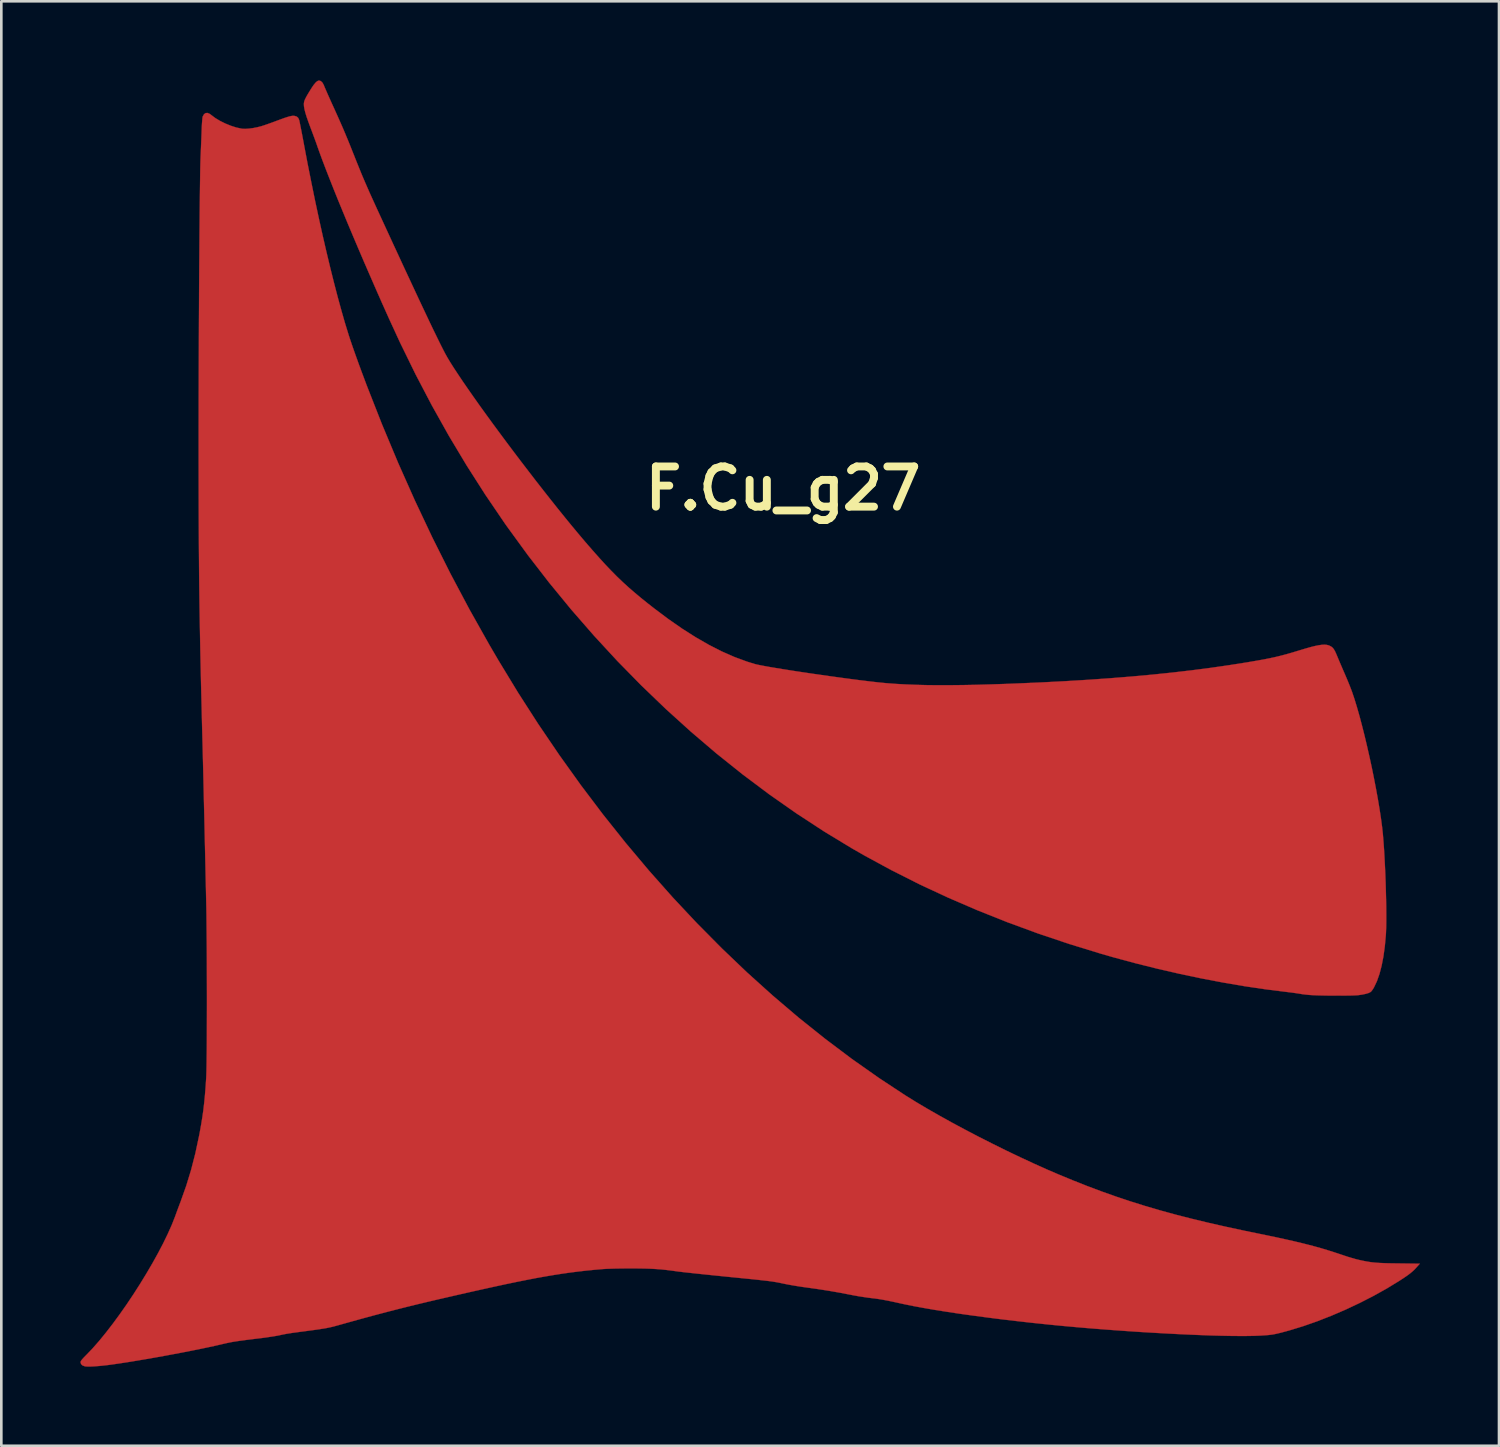
<source format=kicad_pcb>
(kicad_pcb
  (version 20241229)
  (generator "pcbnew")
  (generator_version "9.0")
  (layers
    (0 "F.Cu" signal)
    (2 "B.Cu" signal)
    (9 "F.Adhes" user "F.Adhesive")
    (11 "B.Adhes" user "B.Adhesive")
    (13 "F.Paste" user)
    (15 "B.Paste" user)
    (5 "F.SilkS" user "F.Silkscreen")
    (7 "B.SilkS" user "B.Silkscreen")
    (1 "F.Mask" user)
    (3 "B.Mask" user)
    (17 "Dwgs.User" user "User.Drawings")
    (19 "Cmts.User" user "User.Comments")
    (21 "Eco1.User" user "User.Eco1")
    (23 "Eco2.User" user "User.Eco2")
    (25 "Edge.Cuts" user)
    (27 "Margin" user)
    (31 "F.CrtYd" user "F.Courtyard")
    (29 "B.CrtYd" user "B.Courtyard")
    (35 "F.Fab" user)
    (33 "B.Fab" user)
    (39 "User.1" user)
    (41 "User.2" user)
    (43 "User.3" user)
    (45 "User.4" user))
  (footprint "F.Cu_g27"
    (layer "F.Cu")
    (at 26.654 15.478)
    (property "Reference" "F.Cu_g27" (at 0 0 0) (layer "F.SilkS") (effects (font (size 1.524 1.524) (thickness 0.3))))
    (attr through_hole)
    (fp_poly (pts (xy -17.534 -15.452) (xy -17.473 -15.394) (xy -17.422 -15.301) (xy -17.41 -15.271) (xy -17.392 -15.225) (xy -17.358 -15.146) (xy -17.312 -15.041) (xy -17.257 -14.915) (xy -17.194 -14.774) (xy -17.126 -14.624) (xy -17.109 -14.586) (xy -16.988 -14.32) (xy -16.882 -14.084) (xy -16.788 -13.872) (xy -16.702 -13.676) (xy -16.622 -13.488) (xy -16.544 -13.301) (xy -16.464 -13.107) (xy -16.381 -12.9) (xy -16.29 -12.671) (xy -16.288 -12.668) (xy -16.213 -12.477) (xy -16.143 -12.304) (xy -16.078 -12.143) (xy -16.017 -11.992) (xy -15.956 -11.845) (xy -15.894 -11.7) (xy -15.83 -11.551) (xy -15.762 -11.396) (xy -15.689 -11.229) (xy -15.607 -11.048) (xy -15.516 -10.848) (xy -15.414 -10.624) (xy -15.299 -10.374) (xy -15.169 -10.092) (xy -15.049 -9.832) (xy -14.805 -9.303) (xy -14.577 -8.811) (xy -14.366 -8.354) (xy -14.169 -7.933) (xy -13.988 -7.544) (xy -13.821 -7.187) (xy -13.667 -6.86) (xy -13.526 -6.562) (xy -13.398 -6.291) (xy -13.281 -6.047) (xy -13.174 -5.827) (xy -13.078 -5.631) (xy -12.992 -5.456) (xy -12.914 -5.302) (xy -12.845 -5.168) (xy -12.821 -5.122) (xy -12.734 -4.966) (xy -12.622 -4.779) (xy -12.486 -4.565) (xy -12.328 -4.325) (xy -12.151 -4.061) (xy -11.955 -3.777) (xy -11.743 -3.473) (xy -11.517 -3.154) (xy -11.277 -2.821) (xy -11.026 -2.476) (xy -10.765 -2.122) (xy -10.497 -1.761) (xy -10.223 -1.396) (xy -9.944 -1.028) (xy -9.663 -0.661) (xy -9.382 -0.296) (xy -9.101 0.064) (xy -8.823 0.417) (xy -8.549 0.761) (xy -8.282 1.092) (xy -8.023 1.409) (xy -7.773 1.71) (xy -7.535 1.992) (xy -7.477 2.059) (xy -7.212 2.364) (xy -6.967 2.64) (xy -6.737 2.892) (xy -6.517 3.123) (xy -6.302 3.34) (xy -6.086 3.547) (xy -5.866 3.748) (xy -5.635 3.948) (xy -5.39 4.153) (xy -5.124 4.367) (xy -4.903 4.54) (xy -4.36 4.948) (xy -3.831 5.316) (xy -3.314 5.645) (xy -2.81 5.934) (xy -2.319 6.184) (xy -1.839 6.395) (xy -1.371 6.567) (xy -1.073 6.659) (xy -0.984 6.681) (xy -0.855 6.707) (xy -0.693 6.738) (xy -0.499 6.773) (xy -0.278 6.81) (xy -0.033 6.85) (xy 0.231 6.892) (xy 0.512 6.936) (xy 0.806 6.98) (xy 1.108 7.025) (xy 1.416 7.069) (xy 1.725 7.113) (xy 2.033 7.156) (xy 2.334 7.197) (xy 2.626 7.236) (xy 2.905 7.272) (xy 3.168 7.304) (xy 3.409 7.333) (xy 3.627 7.357) (xy 3.817 7.376) (xy 3.926 7.386) (xy 4.27 7.412) (xy 4.632 7.432) (xy 5.016 7.447) (xy 5.423 7.458) (xy 5.857 7.463) (xy 6.32 7.462) (xy 6.813 7.457) (xy 7.34 7.447) (xy 7.903 7.431) (xy 8.504 7.411) (xy 8.858 7.397) (xy 9.805 7.356) (xy 10.712 7.309) (xy 11.583 7.256) (xy 12.421 7.197) (xy 13.227 7.132) (xy 14.006 7.061) (xy 14.759 6.983) (xy 15.49 6.898) (xy 16.201 6.806) (xy 16.895 6.706) (xy 17.576 6.599) (xy 17.979 6.53) (xy 18.235 6.484) (xy 18.462 6.439) (xy 18.674 6.393) (xy 18.88 6.343) (xy 19.092 6.287) (xy 19.323 6.22) (xy 19.558 6.149) (xy 19.796 6.077) (xy 19.999 6.019) (xy 20.17 5.976) (xy 20.314 5.947) (xy 20.434 5.93) (xy 20.534 5.925) (xy 20.619 5.932) (xy 20.692 5.95) (xy 20.733 5.967) (xy 20.793 5.999) (xy 20.843 6.039) (xy 20.887 6.093) (xy 20.931 6.168) (xy 20.979 6.272) (xy 21.022 6.374) (xy 21.065 6.478) (xy 21.121 6.61) (xy 21.184 6.757) (xy 21.249 6.908) (xy 21.31 7.048) (xy 21.372 7.193) (xy 21.435 7.344) (xy 21.495 7.492) (xy 21.546 7.624) (xy 21.584 7.726) (xy 21.673 7.991) (xy 21.765 8.292) (xy 21.86 8.625) (xy 21.955 8.984) (xy 22.051 9.363) (xy 22.145 9.758) (xy 22.237 10.163) (xy 22.326 10.572) (xy 22.409 10.981) (xy 22.487 11.383) (xy 22.558 11.774) (xy 22.621 12.148) (xy 22.675 12.5) (xy 22.718 12.824) (xy 22.75 13.115) (xy 22.753 13.155) (xy 22.774 13.413) (xy 22.794 13.694) (xy 22.811 13.992) (xy 22.827 14.304) (xy 22.842 14.623) (xy 22.854 14.944) (xy 22.863 15.263) (xy 22.871 15.573) (xy 22.876 15.871) (xy 22.878 16.151) (xy 22.878 16.408) (xy 22.875 16.636) (xy 22.868 16.831) (xy 22.862 16.944) (xy 22.823 17.366) (xy 22.77 17.753) (xy 22.702 18.103) (xy 22.62 18.416) (xy 22.523 18.691) (xy 22.411 18.926) (xy 22.407 18.934) (xy 22.363 19.005) (xy 22.318 19.065) (xy 22.286 19.097) (xy 22.213 19.135) (xy 22.102 19.169) (xy 21.956 19.199) (xy 21.823 19.218) (xy 21.75 19.224) (xy 21.641 19.229) (xy 21.503 19.233) (xy 21.341 19.235) (xy 21.164 19.237) (xy 20.976 19.237) (xy 20.785 19.236) (xy 20.597 19.234) (xy 20.418 19.23) (xy 20.256 19.226) (xy 20.115 19.22) (xy 20.066 19.218) (xy 19.941 19.209) (xy 19.813 19.196) (xy 19.698 19.182) (xy 19.611 19.168) (xy 19.533 19.155) (xy 19.424 19.139) (xy 19.295 19.121) (xy 19.156 19.104) (xy 19.05 19.091) (xy 18.291 18.996) (xy 17.503 18.879) (xy 16.693 18.741) (xy 15.867 18.584) (xy 15.031 18.408) (xy 14.192 18.215) (xy 13.356 18.006) (xy 12.53 17.783) (xy 12.065 17.65) (xy 10.855 17.278) (xy 9.666 16.878) (xy 8.5 16.45) (xy 7.359 15.995) (xy 6.245 15.514) (xy 5.16 15.008) (xy 4.107 14.477) (xy 3.086 13.923) (xy 2.603 13.646) (xy 1.547 13.005) (xy 0.505 12.324) (xy -0.522 11.605) (xy -1.531 10.849) (xy -2.522 10.057) (xy -3.493 9.229) (xy -4.445 8.368) (xy -5.376 7.473) (xy -6.285 6.546) (xy -7.17 5.587) (xy -8.032 4.598) (xy -8.868 3.58) (xy -9.678 2.533) (xy -10.46 1.459) (xy -10.559 1.319) (xy -11.296 0.235) (xy -12.001 -0.869) (xy -12.676 -1.995) (xy -13.322 -3.148) (xy -13.94 -4.328) (xy -14.532 -5.539) (xy -14.969 -6.488) (xy -15.206 -7.018) (xy -15.439 -7.546) (xy -15.667 -8.069) (xy -15.891 -8.584) (xy -16.107 -9.089) (xy -16.316 -9.581) (xy -16.517 -10.059) (xy -16.707 -10.518) (xy -16.888 -10.958) (xy -17.056 -11.375) (xy -17.211 -11.767) (xy -17.353 -12.131) (xy -17.48 -12.465) (xy -17.591 -12.767) (xy -17.685 -13.033) (xy -17.705 -13.092) (xy -17.731 -13.163) (xy -17.768 -13.265) (xy -17.814 -13.389) (xy -17.865 -13.526) (xy -17.918 -13.667) (xy -17.931 -13.7) (xy -18.012 -13.92) (xy -18.077 -14.106) (xy -18.124 -14.262) (xy -18.156 -14.392) (xy -18.174 -14.499) (xy -18.178 -14.587) (xy -18.175 -14.62) (xy -18.167 -14.669) (xy -18.151 -14.722) (xy -18.122 -14.786) (xy -18.079 -14.869) (xy -18.017 -14.976) (xy -17.98 -15.038) (xy -17.886 -15.189) (xy -17.808 -15.304) (xy -17.741 -15.387) (xy -17.683 -15.44) (xy -17.632 -15.468) (xy -17.598 -15.473) (xy -17.534 -15.452)) (stroke (width 0.01) (type solid)) (fill yes) (layer "F.Cu"))
    (fp_poly (pts (xy -21.749 -14.209) (xy -21.688 -14.163) (xy -21.538 -14.05) (xy -21.356 -13.941) (xy -21.155 -13.842) (xy -20.946 -13.757) (xy -20.74 -13.691) (xy -20.548 -13.65) (xy -20.5 -13.643) (xy -20.391 -13.64) (xy -20.254 -13.65) (xy -20.1 -13.671) (xy -19.942 -13.702) (xy -19.789 -13.741) (xy -19.778 -13.745) (xy -19.7 -13.77) (xy -19.594 -13.806) (xy -19.469 -13.85) (xy -19.336 -13.898) (xy -19.238 -13.935) (xy -19.062 -14) (xy -18.921 -14.051) (xy -18.808 -14.088) (xy -18.72 -14.114) (xy -18.65 -14.129) (xy -18.595 -14.135) (xy -18.548 -14.134) (xy -18.537 -14.133) (xy -18.451 -14.108) (xy -18.393 -14.057) (xy -18.356 -13.975) (xy -18.347 -13.937) (xy -18.332 -13.863) (xy -18.311 -13.757) (xy -18.284 -13.623) (xy -18.254 -13.468) (xy -18.221 -13.295) (xy -18.186 -13.11) (xy -18.171 -13.028) (xy -18.037 -12.321) (xy -17.898 -11.624) (xy -17.758 -10.939) (xy -17.615 -10.27) (xy -17.471 -9.619) (xy -17.326 -8.99) (xy -17.181 -8.385) (xy -17.037 -7.808) (xy -16.895 -7.261) (xy -16.754 -6.747) (xy -16.617 -6.269) (xy -16.482 -5.831) (xy -16.481 -5.827) (xy -16.426 -5.659) (xy -16.358 -5.457) (xy -16.278 -5.228) (xy -16.189 -4.977) (xy -16.093 -4.711) (xy -15.991 -4.434) (xy -15.886 -4.154) (xy -15.801 -3.926) (xy -15.214 -2.432) (xy -14.603 -0.971) (xy -13.966 0.46) (xy -13.304 1.862) (xy -12.614 3.239) (xy -11.895 4.593) (xy -11.145 5.927) (xy -10.799 6.519) (xy -10.054 7.744) (xy -9.284 8.942) (xy -8.49 10.111) (xy -7.674 11.251) (xy -6.835 12.361) (xy -5.974 13.441) (xy -5.093 14.489) (xy -4.192 15.505) (xy -3.271 16.487) (xy -2.332 17.436) (xy -1.376 18.35) (xy -0.402 19.228) (xy 0.587 20.07) (xy 1.593 20.874) (xy 2.612 21.641) (xy 3.646 22.368) (xy 4.634 23.019) (xy 5.027 23.263) (xy 5.456 23.518) (xy 5.914 23.78) (xy 6.396 24.048) (xy 6.898 24.318) (xy 7.413 24.587) (xy 7.938 24.853) (xy 8.465 25.114) (xy 8.991 25.366) (xy 9.51 25.607) (xy 10.016 25.834) (xy 10.437 26.015) (xy 10.991 26.244) (xy 11.537 26.46) (xy 12.08 26.664) (xy 12.624 26.857) (xy 13.173 27.04) (xy 13.731 27.215) (xy 14.304 27.383) (xy 14.894 27.545) (xy 15.507 27.702) (xy 16.147 27.856) (xy 16.818 28.008) (xy 17.525 28.16) (xy 17.949 28.247) (xy 18.357 28.331) (xy 18.728 28.409) (xy 19.066 28.483) (xy 19.376 28.553) (xy 19.662 28.621) (xy 19.928 28.688) (xy 20.181 28.755) (xy 20.423 28.823) (xy 20.659 28.894) (xy 20.894 28.968) (xy 21.133 29.047) (xy 21.294 29.101) (xy 21.427 29.145) (xy 21.573 29.189) (xy 21.714 29.229) (xy 21.834 29.259) (xy 21.848 29.262) (xy 21.986 29.292) (xy 22.109 29.316) (xy 22.224 29.336) (xy 22.338 29.352) (xy 22.456 29.364) (xy 22.585 29.374) (xy 22.731 29.381) (xy 22.9 29.387) (xy 23.099 29.391) (xy 23.334 29.394) (xy 23.341 29.394) (xy 24.15 29.405) (xy 24.018 29.553) (xy 23.945 29.631) (xy 23.865 29.705) (xy 23.774 29.78) (xy 23.665 29.861) (xy 23.531 29.952) (xy 23.368 30.058) (xy 22.897 30.346) (xy 22.397 30.625) (xy 21.877 30.891) (xy 21.343 31.143) (xy 20.802 31.376) (xy 20.261 31.588) (xy 19.729 31.774) (xy 19.211 31.933) (xy 18.912 32.014) (xy 18.786 32.045) (xy 18.682 32.069) (xy 18.588 32.087) (xy 18.495 32.101) (xy 18.391 32.112) (xy 18.268 32.121) (xy 18.113 32.131) (xy 18.098 32.132) (xy 17.876 32.141) (xy 17.616 32.146) (xy 17.319 32.147) (xy 16.99 32.144) (xy 16.631 32.137) (xy 16.244 32.127) (xy 15.834 32.112) (xy 15.402 32.094) (xy 14.953 32.073) (xy 14.489 32.049) (xy 14.013 32.022) (xy 13.528 31.993) (xy 13.037 31.96) (xy 12.543 31.925) (xy 12.049 31.888) (xy 11.559 31.849) (xy 11.075 31.807) (xy 10.6 31.764) (xy 10.137 31.719) (xy 10.012 31.706) (xy 9.417 31.644) (xy 8.834 31.578) (xy 8.265 31.511) (xy 7.714 31.441) (xy 7.182 31.37) (xy 6.674 31.299) (xy 6.193 31.226) (xy 5.74 31.154) (xy 5.319 31.081) (xy 4.934 31.01) (xy 4.586 30.939) (xy 4.424 30.904) (xy 4.184 30.851) (xy 3.978 30.808) (xy 3.798 30.774) (xy 3.636 30.747) (xy 3.485 30.725) (xy 3.376 30.713) (xy 3.224 30.694) (xy 3.047 30.668) (xy 2.861 30.639) (xy 2.684 30.607) (xy 2.575 30.586) (xy 2.137 30.502) (xy 1.706 30.427) (xy 1.264 30.359) (xy 0.91 30.31) (xy 0.743 30.287) (xy 0.566 30.26) (xy 0.391 30.231) (xy 0.231 30.203) (xy 0.097 30.177) (xy 0.074 30.173) (xy -0.015 30.154) (xy -0.095 30.137) (xy -0.169 30.122) (xy -0.242 30.108) (xy -0.316 30.096) (xy -0.395 30.083) (xy -0.482 30.071) (xy -0.581 30.058) (xy -0.695 30.045) (xy -0.828 30.03) (xy -0.983 30.013) (xy -1.164 29.994) (xy -1.374 29.973) (xy -1.616 29.949) (xy -1.895 29.921) (xy -2.127 29.898) (xy -2.391 29.871) (xy -2.649 29.845) (xy -2.898 29.819) (xy -3.132 29.795) (xy -3.348 29.772) (xy -3.543 29.751) (xy -3.711 29.733) (xy -3.849 29.717) (xy -3.952 29.705) (xy -4.011 29.697) (xy -4.235 29.666) (xy -4.438 29.641) (xy -4.631 29.621) (xy -4.821 29.607) (xy -5.017 29.596) (xy -5.229 29.589) (xy -5.464 29.585) (xy -5.731 29.583) (xy -5.768 29.583) (xy -5.967 29.584) (xy -6.165 29.586) (xy -6.356 29.589) (xy -6.53 29.594) (xy -6.681 29.599) (xy -6.801 29.606) (xy -6.847 29.609) (xy -7.155 29.636) (xy -7.457 29.666) (xy -7.756 29.7) (xy -8.057 29.738) (xy -8.362 29.781) (xy -8.676 29.83) (xy -9.003 29.885) (xy -9.346 29.946) (xy -9.708 30.016) (xy -10.094 30.093) (xy -10.507 30.179) (xy -10.951 30.275) (xy -11.43 30.381) (xy -11.781 30.459) (xy -12.261 30.568) (xy -12.704 30.67) (xy -13.117 30.765) (xy -13.504 30.856) (xy -13.871 30.944) (xy -14.223 31.03) (xy -14.565 31.116) (xy -14.902 31.202) (xy -15.241 31.291) (xy -15.585 31.382) (xy -15.941 31.479) (xy -16.314 31.582) (xy -16.708 31.692) (xy -16.912 31.749) (xy -17.017 31.778) (xy -17.116 31.803) (xy -17.216 31.825) (xy -17.322 31.847) (xy -17.442 31.867) (xy -17.58 31.889) (xy -17.744 31.913) (xy -17.939 31.939) (xy -18.108 31.962) (xy -18.307 31.988) (xy -18.47 32.01) (xy -18.604 32.028) (xy -18.715 32.045) (xy -18.809 32.06) (xy -18.892 32.075) (xy -18.972 32.09) (xy -19.053 32.108) (xy -19.113 32.121) (xy -19.199 32.138) (xy -19.318 32.158) (xy -19.46 32.18) (xy -19.616 32.203) (xy -19.777 32.225) (xy -19.865 32.235) (xy -20.101 32.264) (xy -20.301 32.289) (xy -20.47 32.311) (xy -20.612 32.33) (xy -20.734 32.348) (xy -20.842 32.365) (xy -20.939 32.382) (xy -21.033 32.401) (xy -21.127 32.421) (xy -21.228 32.444) (xy -21.303 32.462) (xy -21.546 32.518) (xy -21.819 32.577) (xy -22.118 32.64) (xy -22.438 32.704) (xy -22.774 32.77) (xy -23.119 32.835) (xy -23.468 32.9) (xy -23.817 32.963) (xy -24.16 33.023) (xy -24.491 33.079) (xy -24.806 33.131) (xy -25.098 33.176) (xy -25.363 33.215) (xy -25.596 33.247) (xy -25.718 33.261) (xy -25.905 33.281) (xy -26.078 33.295) (xy -26.23 33.304) (xy -26.355 33.306) (xy -26.448 33.302) (xy -26.485 33.297) (xy -26.573 33.265) (xy -26.629 33.212) (xy -26.649 33.144) (xy -26.643 33.114) (xy -26.623 33.077) (xy -26.584 33.028) (xy -26.523 32.961) (xy -26.435 32.871) (xy -26.42 32.856) (xy -26.185 32.61) (xy -25.94 32.33) (xy -25.686 32.019) (xy -25.427 31.684) (xy -25.165 31.327) (xy -24.904 30.955) (xy -24.647 30.571) (xy -24.396 30.179) (xy -24.155 29.785) (xy -23.926 29.394) (xy -23.712 29.009) (xy -23.516 28.635) (xy -23.342 28.277) (xy -23.191 27.939) (xy -23.067 27.626) (xy -23.058 27.601) (xy -23.013 27.476) (xy -22.959 27.33) (xy -22.903 27.18) (xy -22.851 27.044) (xy -22.85 27.04) (xy -22.64 26.449) (xy -22.455 25.844) (xy -22.294 25.217) (xy -22.154 24.56) (xy -22.132 24.448) (xy -22.078 24.148) (xy -22.032 23.867) (xy -21.993 23.596) (xy -21.961 23.324) (xy -21.933 23.042) (xy -21.908 22.739) (xy -21.886 22.406) (xy -21.882 22.341) (xy -21.878 22.242) (xy -21.874 22.103) (xy -21.87 21.928) (xy -21.867 21.721) (xy -21.864 21.483) (xy -21.861 21.219) (xy -21.859 20.932) (xy -21.858 20.624) (xy -21.857 20.299) (xy -21.856 19.96) (xy -21.855 19.61) (xy -21.855 19.252) (xy -21.856 18.89) (xy -21.857 18.526) (xy -21.858 18.164) (xy -21.859 17.807) (xy -21.861 17.458) (xy -21.864 17.12) (xy -21.867 16.796) (xy -21.87 16.49) (xy -21.873 16.204) (xy -21.877 15.942) (xy -21.882 15.706) (xy -21.883 15.663) (xy -21.893 15.189) (xy -21.904 14.704) (xy -21.915 14.215) (xy -21.926 13.724) (xy -21.937 13.235) (xy -21.948 12.753) (xy -21.959 12.282) (xy -21.97 11.825) (xy -21.98 11.386) (xy -21.99 10.97) (xy -21.999 10.58) (xy -22.008 10.22) (xy -22.016 9.895) (xy -22.023 9.608) (xy -22.024 9.599) (xy -22.041 8.936) (xy -22.056 8.31) (xy -22.071 7.719) (xy -22.084 7.159) (xy -22.096 6.624) (xy -22.107 6.112) (xy -22.116 5.617) (xy -22.125 5.137) (xy -22.133 4.666) (xy -22.14 4.202) (xy -22.146 3.739) (xy -22.151 3.275) (xy -22.155 2.804) (xy -22.159 2.323) (xy -22.162 1.828) (xy -22.165 1.314) (xy -22.167 0.778) (xy -22.168 0.216) (xy -22.169 -0.377) (xy -22.17 -1.004) (xy -22.17 -1.46) (xy -22.17 -1.919) (xy -22.17 -2.391) (xy -22.169 -2.874) (xy -22.169 -3.366) (xy -22.167 -3.866) (xy -22.166 -4.371) (xy -22.164 -4.878) (xy -22.162 -5.387) (xy -22.16 -5.895) (xy -22.158 -6.4) (xy -22.155 -6.899) (xy -22.153 -7.391) (xy -22.15 -7.874) (xy -22.147 -8.346) (xy -22.143 -8.803) (xy -22.14 -9.246) (xy -22.137 -9.67) (xy -22.133 -10.075) (xy -22.13 -10.458) (xy -22.126 -10.817) (xy -22.122 -11.15) (xy -22.118 -11.456) (xy -22.114 -11.731) (xy -22.111 -11.973) (xy -22.107 -12.182) (xy -22.103 -12.354) (xy -22.099 -12.488) (xy -22.096 -12.573) (xy -22.089 -12.73) (xy -22.081 -12.914) (xy -22.073 -13.113) (xy -22.065 -13.311) (xy -22.058 -13.494) (xy -22.057 -13.525) (xy -22.051 -13.695) (xy -22.043 -13.841) (xy -22.034 -13.961) (xy -22.026 -14.049) (xy -22.017 -14.101) (xy -22.015 -14.108) (xy -21.966 -14.194) (xy -21.905 -14.239) (xy -21.832 -14.244) (xy -21.749 -14.209)) (stroke (width 0.01) (type solid)) (fill yes) (layer "F.Cu")))
  (gr_rect
    (start -3 -3)
    (end 53.808 51.789)
    (stroke (width 0.1) (type default))
    (fill no)
    (layer "Edge.Cuts")))
</source>
